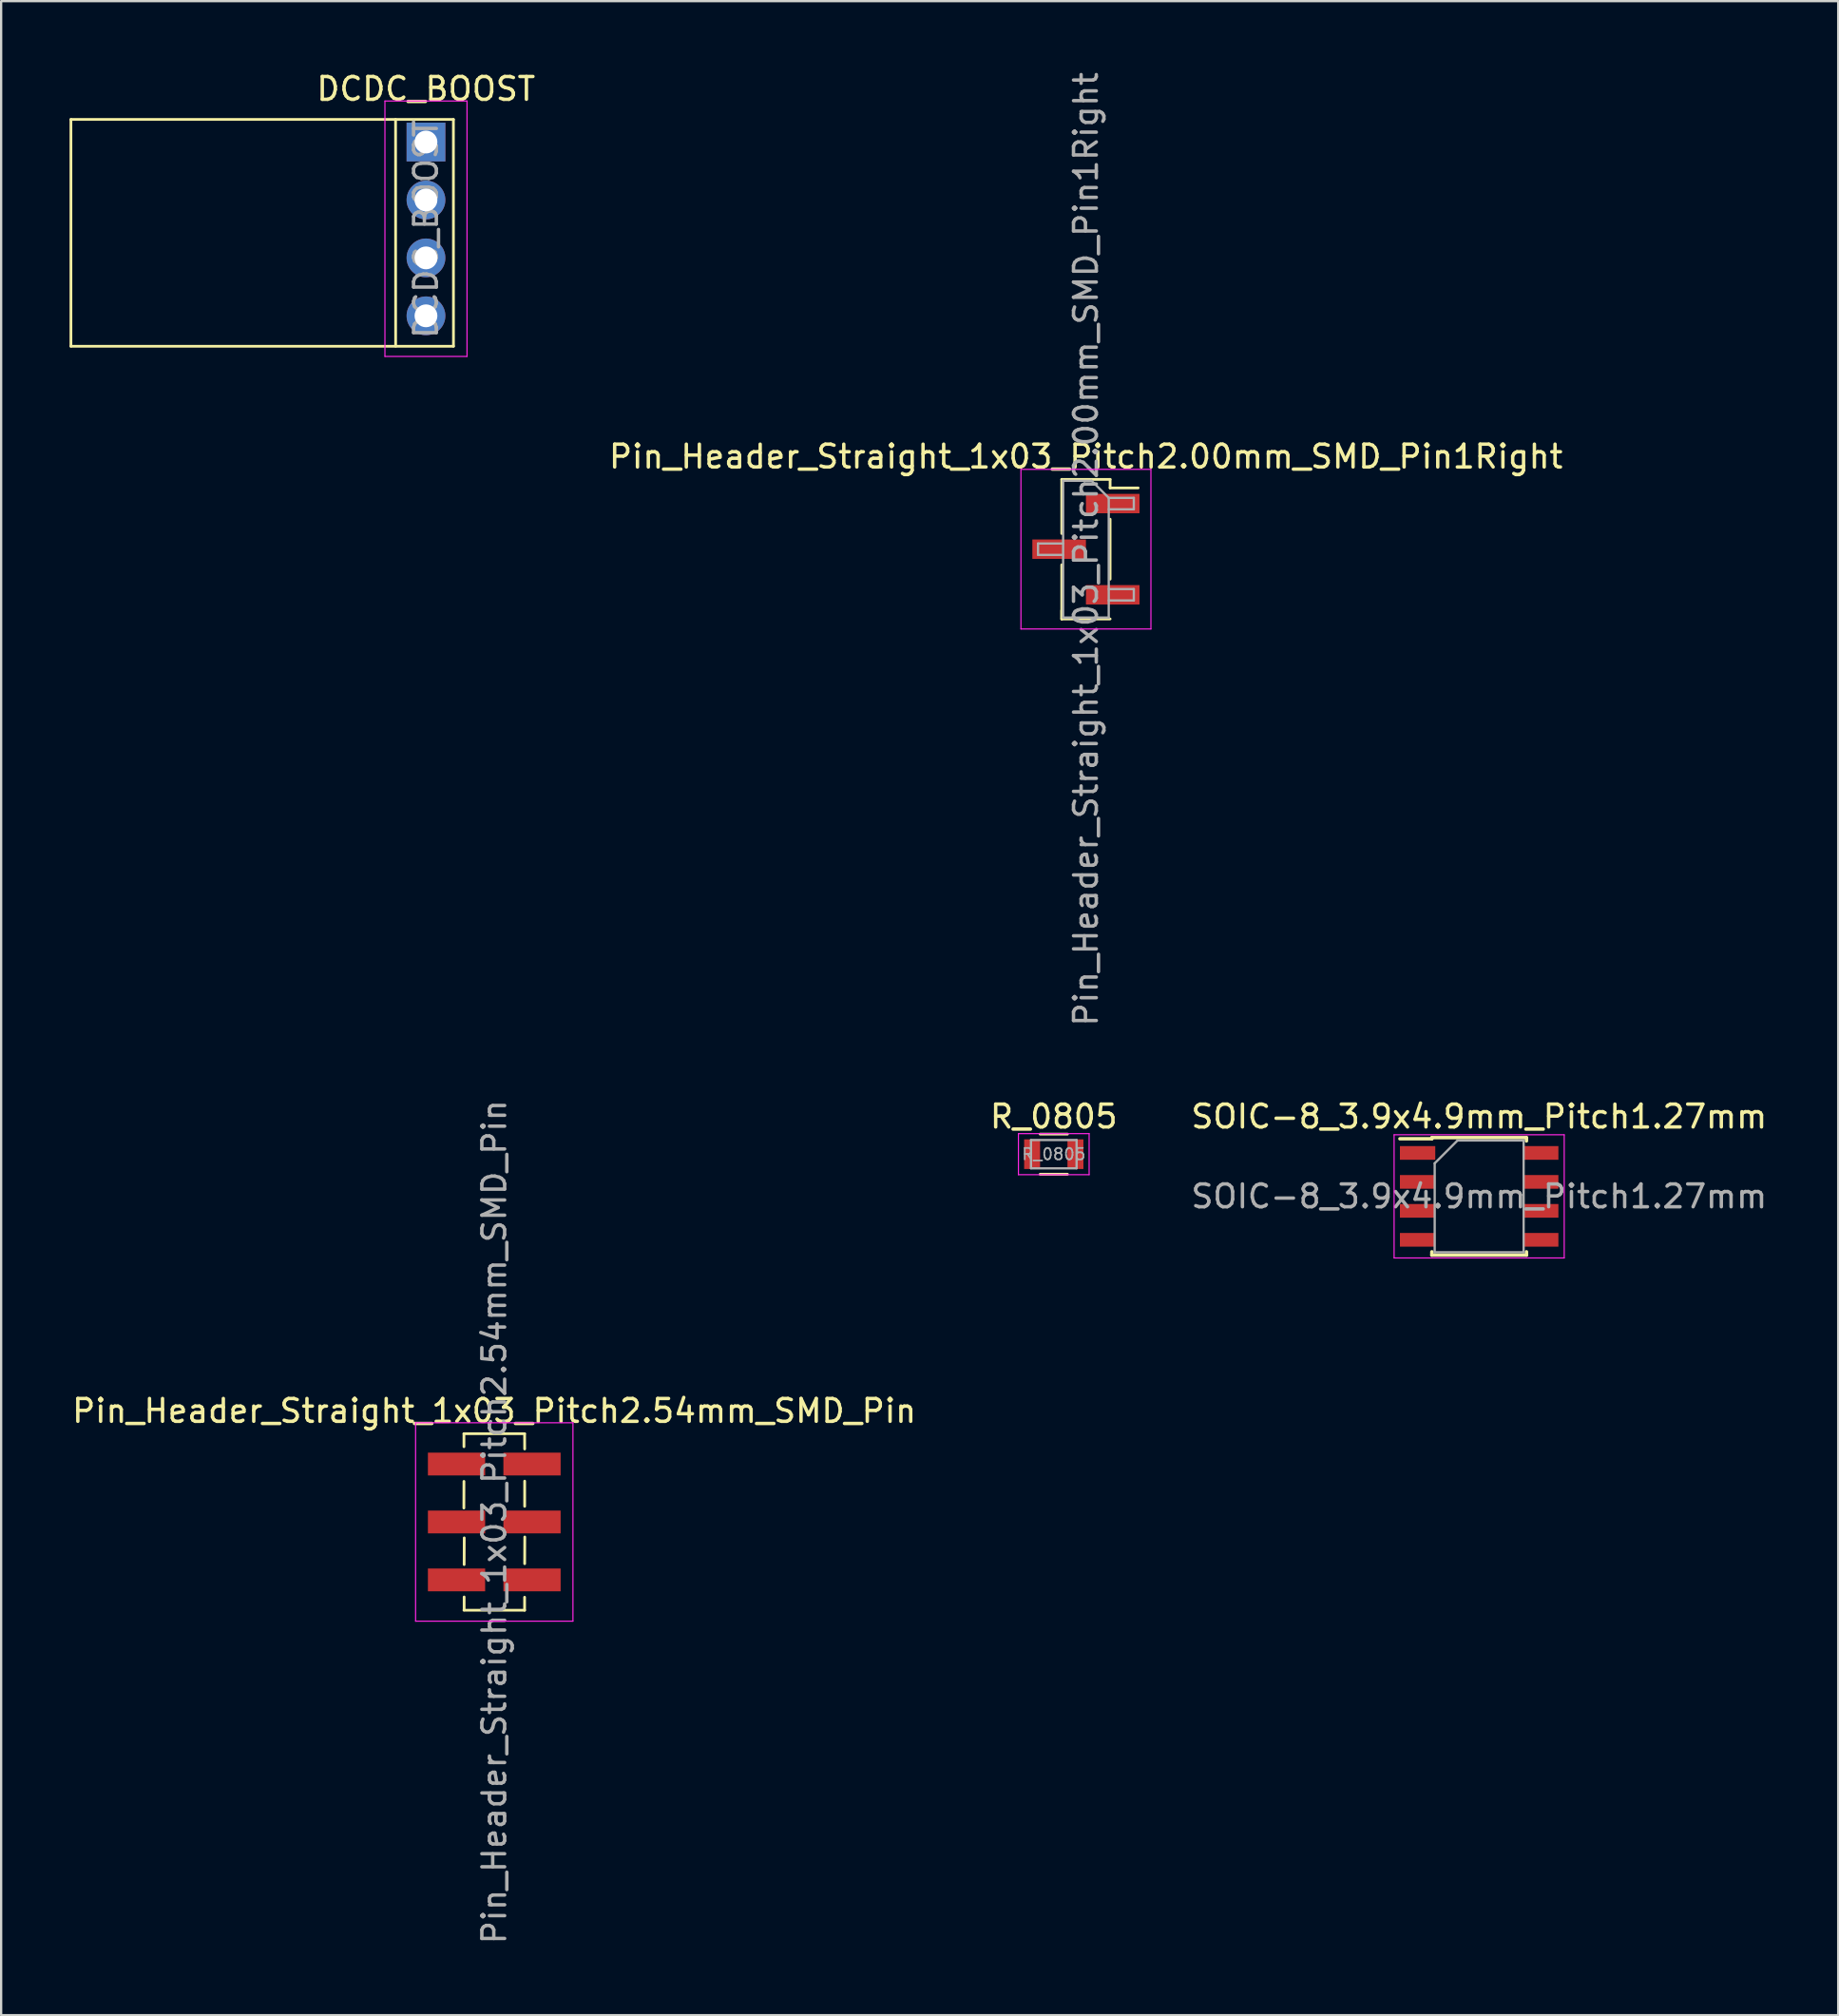
<source format=kicad_pcb>
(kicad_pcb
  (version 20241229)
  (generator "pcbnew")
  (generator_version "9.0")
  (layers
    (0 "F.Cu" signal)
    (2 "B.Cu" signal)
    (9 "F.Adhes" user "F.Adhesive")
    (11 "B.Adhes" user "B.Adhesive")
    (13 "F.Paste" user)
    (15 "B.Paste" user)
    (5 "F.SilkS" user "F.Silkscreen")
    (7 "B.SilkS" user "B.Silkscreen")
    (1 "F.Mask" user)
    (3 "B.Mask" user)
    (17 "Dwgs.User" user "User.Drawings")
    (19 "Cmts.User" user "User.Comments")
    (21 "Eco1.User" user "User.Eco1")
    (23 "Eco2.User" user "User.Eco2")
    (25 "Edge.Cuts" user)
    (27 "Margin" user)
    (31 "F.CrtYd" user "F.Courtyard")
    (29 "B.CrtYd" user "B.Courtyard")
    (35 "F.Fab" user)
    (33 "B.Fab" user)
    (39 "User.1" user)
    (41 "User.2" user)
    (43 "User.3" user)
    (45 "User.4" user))
  (footprint "SOIC-8_3.9x4.9mm_Pitch1.27mm"
    (layer "F.Cu")
    (at 61.815 49.408)
    (property "Reference" "SOIC-8_3.9x4.9mm_Pitch1.27mm" (at 0 -3.5 0) (layer "F.SilkS") (effects (font (size 1 1) (thickness 0.15))))
    (attr smd)
    (fp_line (start -2.075 -2.575) (end -2.075 -2.525) (stroke (width 0.15) (type solid)) (layer "F.SilkS"))
    (fp_line (start -2.075 -2.575) (end 2.075 -2.575) (stroke (width 0.15) (type solid)) (layer "F.SilkS"))
    (fp_line (start -2.075 -2.525) (end -3.475 -2.525) (stroke (width 0.15) (type solid)) (layer "F.SilkS"))
    (fp_line (start -2.075 2.575) (end -2.075 2.43) (stroke (width 0.15) (type solid)) (layer "F.SilkS"))
    (fp_line (start -2.075 2.575) (end 2.075 2.575) (stroke (width 0.15) (type solid)) (layer "F.SilkS"))
    (fp_line (start 2.075 -2.575) (end 2.075 -2.43) (stroke (width 0.15) (type solid)) (layer "F.SilkS"))
    (fp_line (start 2.075 2.575) (end 2.075 2.43) (stroke (width 0.15) (type solid)) (layer "F.SilkS"))
    (fp_line (start -3.73 -2.7) (end -3.73 2.7) (stroke (width 0.05) (type solid)) (layer "F.CrtYd"))
    (fp_line (start -3.73 -2.7) (end 3.73 -2.7) (stroke (width 0.05) (type solid)) (layer "F.CrtYd"))
    (fp_line (start -3.73 2.7) (end 3.73 2.7) (stroke (width 0.05) (type solid)) (layer "F.CrtYd"))
    (fp_line (start 3.73 -2.7) (end 3.73 2.7) (stroke (width 0.05) (type solid)) (layer "F.CrtYd"))
    (fp_line (start -1.95 -1.45) (end -0.95 -2.45) (stroke (width 0.1) (type solid)) (layer "F.Fab"))
    (fp_line (start -1.95 2.45) (end -1.95 -1.45) (stroke (width 0.1) (type solid)) (layer "F.Fab"))
    (fp_line (start -0.95 -2.45) (end 1.95 -2.45) (stroke (width 0.1) (type solid)) (layer "F.Fab"))
    (fp_line (start 1.95 -2.45) (end 1.95 2.45) (stroke (width 0.1) (type solid)) (layer "F.Fab"))
    (fp_line (start 1.95 2.45) (end -1.95 2.45) (stroke (width 0.1) (type solid)) (layer "F.Fab"))
    (fp_text user "${REFERENCE}" (at 0 0 0) (layer "F.Fab") (effects (font (size 1 1) (thickness 0.15))))
    (pad "1" smd rect (at -2.7 -1.905) (size 1.55 0.6) (layers "F.Cu" "F.Mask" "F.Paste"))
    (pad "2" smd rect (at -2.7 -0.635) (size 1.55 0.6) (layers "F.Cu" "F.Mask" "F.Paste"))
    (pad "3" smd rect (at -2.7 0.635) (size 1.55 0.6) (layers "F.Cu" "F.Mask" "F.Paste"))
    (pad "4" smd rect (at -2.7 1.905) (size 1.55 0.6) (layers "F.Cu" "F.Mask" "F.Paste"))
    (pad "5" smd rect (at 2.7 1.905) (size 1.55 0.6) (layers "F.Cu" "F.Mask" "F.Paste"))
    (pad "6" smd rect (at 2.7 0.635) (size 1.55 0.6) (layers "F.Cu" "F.Mask" "F.Paste"))
    (pad "7" smd rect (at 2.7 -0.635) (size 1.55 0.6) (layers "F.Cu" "F.Mask" "F.Paste"))
    (pad "8" smd rect (at 2.7 -1.905) (size 1.55 0.6) (layers "F.Cu" "F.Mask" "F.Paste")))
  (footprint "DCDC_BOOST"
    (layer "F.Cu")
    (at 15.63 3.178)
    (property "Reference" "DCDC_BOOST" (at 0 -2.33 0) (layer "F.SilkS") (effects (font (size 1 1) (thickness 0.15))))
    (attr through_hole)
    (fp_line (start -15.57 -0.991) (end 1.206 -0.991) (stroke (width 0.12) (type solid)) (layer "F.SilkS"))
    (fp_line (start -15.57 8.954) (end -15.57 -0.991) (stroke (width 0.12) (type solid)) (layer "F.SilkS"))
    (fp_line (start -1.333 -0.991) (end -1.33 8.95) (stroke (width 0.12) (type solid)) (layer "F.SilkS"))
    (fp_line (start 1.203 -0.987) (end 1.206 8.954) (stroke (width 0.12) (type solid)) (layer "F.SilkS"))
    (fp_line (start 1.206 8.954) (end -15.57 8.954) (stroke (width 0.12) (type solid)) (layer "F.SilkS"))
    (fp_line (start -1.8 -1.8) (end -1.8 9.4) (stroke (width 0.05) (type solid)) (layer "F.CrtYd"))
    (fp_line (start -1.8 9.4) (end 1.8 9.4) (stroke (width 0.05) (type solid)) (layer "F.CrtYd"))
    (fp_line (start 1.8 -1.8) (end -1.8 -1.8) (stroke (width 0.05) (type solid)) (layer "F.CrtYd"))
    (fp_line (start 1.8 9.4) (end 1.8 -1.8) (stroke (width 0.05) (type solid)) (layer "F.CrtYd"))
    (fp_text user "${REFERENCE}" (at 0 3.81 90) (layer "F.Fab") (effects (font (size 1 1) (thickness 0.15))))
    (pad "1" thru_hole rect (at 0 0) (size 1.7 1.7) (drill 1) (layers "*.Cu" "*.Mask"))
    (pad "2" thru_hole oval (at 0 2.54) (size 1.7 1.7) (drill 1) (layers "*.Cu" "*.Mask"))
    (pad "3" thru_hole oval (at 0 5.08) (size 1.7 1.7) (drill 1) (layers "*.Cu" "*.Mask"))
    (pad "4" thru_hole oval (at 0 7.62) (size 1.7 1.7) (drill 1) (layers "*.Cu" "*.Mask")))
  (footprint "R_0805"
    (layer "F.Cu")
    (at 43.161 47.558)
    (property "Reference" "R_0805" (at 0 -1.65 0) (layer "F.SilkS") (effects (font (size 1 1) (thickness 0.15))))
    (attr smd)
    (fp_line (start -0.6 -0.88) (end 0.6 -0.88) (stroke (width 0.12) (type solid)) (layer "F.SilkS"))
    (fp_line (start 0.6 0.88) (end -0.6 0.88) (stroke (width 0.12) (type solid)) (layer "F.SilkS"))
    (fp_line (start -1.55 -0.9) (end -1.55 0.9) (stroke (width 0.05) (type solid)) (layer "F.CrtYd"))
    (fp_line (start -1.55 -0.9) (end 1.55 -0.9) (stroke (width 0.05) (type solid)) (layer "F.CrtYd"))
    (fp_line (start 1.55 0.9) (end -1.55 0.9) (stroke (width 0.05) (type solid)) (layer "F.CrtYd"))
    (fp_line (start 1.55 0.9) (end 1.55 -0.9) (stroke (width 0.05) (type solid)) (layer "F.CrtYd"))
    (fp_line (start -1 -0.62) (end 1 -0.62) (stroke (width 0.1) (type solid)) (layer "F.Fab"))
    (fp_line (start -1 0.62) (end -1 -0.62) (stroke (width 0.1) (type solid)) (layer "F.Fab"))
    (fp_line (start 1 -0.62) (end 1 0.62) (stroke (width 0.1) (type solid)) (layer "F.Fab"))
    (fp_line (start 1 0.62) (end -1 0.62) (stroke (width 0.1) (type solid)) (layer "F.Fab"))
    (fp_text user "${REFERENCE}" (at 0 0 0) (layer "F.Fab") (effects (font (size 0.5 0.5) (thickness 0.075))))
    (pad "1" smd rect (at -0.95 0) (size 0.7 1.3) (layers "F.Cu" "F.Mask" "F.Paste"))
    (pad "2" smd rect (at 0.95 0) (size 0.7 1.3) (layers "F.Cu" "F.Mask" "F.Paste")))
  (footprint "Pin_Header_Straight_1x03_Pitch2.54mm_SMD_Pin"
    (layer "F.Cu")
    (at 18.625 63.685)
    (property "Reference" "Pin_Header_Straight_1x03_Pitch2.54mm_SMD_Pin" (at 0 -4.87 0) (layer "F.SilkS") (effects (font (size 1 1) (thickness 0.15))))
    (attr smd)
    (fp_line (start -1.33 -3.87) (end -1.33 -3.3) (stroke (width 0.12) (type solid)) (layer "F.SilkS"))
    (fp_line (start -1.33 -3.87) (end 1.33 -3.87) (stroke (width 0.12) (type solid)) (layer "F.SilkS"))
    (fp_line (start -1.33 -1.78) (end -1.333 -0.61) (stroke (width 0.12) (type solid)) (layer "F.SilkS"))
    (fp_line (start -1.33 3.87) (end 1.33 3.87) (stroke (width 0.12) (type solid)) (layer "F.SilkS"))
    (fp_line (start -1.321 3.289) (end -1.321 3.859) (stroke (width 0.12) (type solid)) (layer "F.SilkS"))
    (fp_line (start -1.317 0.697) (end -1.321 1.867) (stroke (width 0.12) (type solid)) (layer "F.SilkS"))
    (fp_line (start 1.33 -3.87) (end 1.333 -3.2) (stroke (width 0.12) (type solid)) (layer "F.SilkS"))
    (fp_line (start 1.33 3.3) (end 1.33 3.87) (stroke (width 0.12) (type solid)) (layer "F.SilkS"))
    (fp_line (start 1.333 -1.791) (end 1.333 -0.686) (stroke (width 0.12) (type solid)) (layer "F.SilkS"))
    (fp_line (start 1.337 0.658) (end 1.333 1.829) (stroke (width 0.12) (type solid)) (layer "F.SilkS"))
    (fp_line (start -3.45 -4.35) (end -3.45 4.35) (stroke (width 0.05) (type solid)) (layer "F.CrtYd"))
    (fp_line (start -3.45 4.35) (end 3.45 4.35) (stroke (width 0.05) (type solid)) (layer "F.CrtYd"))
    (fp_line (start 3.45 -4.35) (end -3.45 -4.35) (stroke (width 0.05) (type solid)) (layer "F.CrtYd"))
    (fp_line (start 3.45 4.35) (end 3.45 -4.35) (stroke (width 0.05) (type solid)) (layer "F.CrtYd"))
    (fp_text user "${REFERENCE}" (at 0 0 90) (layer "F.Fab") (effects (font (size 1 1) (thickness 0.15))))
    (pad "1" smd rect (at -1.655 -2.54) (size 2.51 1) (layers "F.Cu" "F.Mask" "F.Paste"))
    (pad "1" smd rect (at 1.655 -2.54) (size 2.51 1) (layers "F.Cu" "F.Mask" "F.Paste"))
    (pad "2" smd rect (at -1.655 0) (size 2.51 1) (layers "F.Cu" "F.Mask" "F.Paste"))
    (pad "2" smd rect (at 1.655 0) (size 2.51 1) (layers "F.Cu" "F.Mask" "F.Paste"))
    (pad "3" smd rect (at -1.655 2.54) (size 2.51 1) (layers "F.Cu" "F.Mask" "F.Paste"))
    (pad "3" smd rect (at 1.655 2.54) (size 2.51 1) (layers "F.Cu" "F.Mask" "F.Paste")))
  (footprint "Pin_Header_Straight_1x03_Pitch2.00mm_SMD_Pin1Right"
    (layer "F.Cu")
    (at 44.571 21.03)
    (property "Reference" "Pin_Header_Straight_1x03_Pitch2.00mm_SMD_Pin1Right" (at 0 -4.06 0) (layer "F.SilkS") (effects (font (size 1 1) (thickness 0.15))))
    (attr smd)
    (fp_line (start -1.06 -3.06) (end -1.06 -0.685) (stroke (width 0.12) (type solid)) (layer "F.SilkS"))
    (fp_line (start -1.06 -3.06) (end 1.06 -3.06) (stroke (width 0.12) (type solid)) (layer "F.SilkS"))
    (fp_line (start -1.06 0.685) (end -1.06 3.06) (stroke (width 0.12) (type solid)) (layer "F.SilkS"))
    (fp_line (start -1.06 2.685) (end -1.06 3.06) (stroke (width 0.12) (type solid)) (layer "F.SilkS"))
    (fp_line (start -1.06 3.06) (end 1.06 3.06) (stroke (width 0.12) (type solid)) (layer "F.SilkS"))
    (fp_line (start 1.06 -3.06) (end 1.06 -2.685) (stroke (width 0.12) (type solid)) (layer "F.SilkS"))
    (fp_line (start 1.06 -2.685) (end 2.29 -2.685) (stroke (width 0.12) (type solid)) (layer "F.SilkS"))
    (fp_line (start 1.06 -1.315) (end 1.06 1.315) (stroke (width 0.12) (type solid)) (layer "F.SilkS"))
    (fp_line (start -2.85 -3.5) (end -2.85 3.5) (stroke (width 0.05) (type solid)) (layer "F.CrtYd"))
    (fp_line (start -2.85 3.5) (end 2.85 3.5) (stroke (width 0.05) (type solid)) (layer "F.CrtYd"))
    (fp_line (start 2.85 -3.5) (end -2.85 -3.5) (stroke (width 0.05) (type solid)) (layer "F.CrtYd"))
    (fp_line (start 2.85 3.5) (end 2.85 -3.5) (stroke (width 0.05) (type solid)) (layer "F.CrtYd"))
    (fp_line (start -2.1 -0.25) (end -2.1 0.25) (stroke (width 0.1) (type solid)) (layer "F.Fab"))
    (fp_line (start -2.1 0.25) (end -1 0.25) (stroke (width 0.1) (type solid)) (layer "F.Fab"))
    (fp_line (start -1 -3) (end -1 3) (stroke (width 0.1) (type solid)) (layer "F.Fab"))
    (fp_line (start -1 -3) (end 0.25 -3) (stroke (width 0.1) (type solid)) (layer "F.Fab"))
    (fp_line (start -1 -0.25) (end -2.1 -0.25) (stroke (width 0.1) (type solid)) (layer "F.Fab"))
    (fp_line (start 1 -2.25) (end 0.25 -3) (stroke (width 0.1) (type solid)) (layer "F.Fab"))
    (fp_line (start 1 -2.25) (end 2.1 -2.25) (stroke (width 0.1) (type solid)) (layer "F.Fab"))
    (fp_line (start 1 1.75) (end 2.1 1.75) (stroke (width 0.1) (type solid)) (layer "F.Fab"))
    (fp_line (start 1 3) (end -1 3) (stroke (width 0.1) (type solid)) (layer "F.Fab"))
    (fp_line (start 1 3) (end 1 -2.25) (stroke (width 0.1) (type solid)) (layer "F.Fab"))
    (fp_line (start 2.1 -2.25) (end 2.1 -1.75) (stroke (width 0.1) (type solid)) (layer "F.Fab"))
    (fp_line (start 2.1 -1.75) (end 1 -1.75) (stroke (width 0.1) (type solid)) (layer "F.Fab"))
    (fp_line (start 2.1 1.75) (end 2.1 2.25) (stroke (width 0.1) (type solid)) (layer "F.Fab"))
    (fp_line (start 2.1 2.25) (end 1 2.25) (stroke (width 0.1) (type solid)) (layer "F.Fab"))
    (fp_text user "${REFERENCE}" (at 0 0 90) (layer "F.Fab") (effects (font (size 1 1) (thickness 0.15))))
    (pad "1" smd rect (at 1.175 -2) (size 2.35 0.85) (layers "F.Cu" "F.Mask" "F.Paste"))
    (pad "2" smd rect (at -1.175 0) (size 2.35 0.85) (layers "F.Cu" "F.Mask" "F.Paste"))
    (pad "3" smd rect (at 1.175 2) (size 2.35 0.85) (layers "F.Cu" "F.Mask" "F.Paste")))
  (gr_rect
    (start -3 -3)
    (end 77.56 85.31)
    (stroke (width 0.1) (type default))
    (fill no)
    (layer "Edge.Cuts")))
</source>
